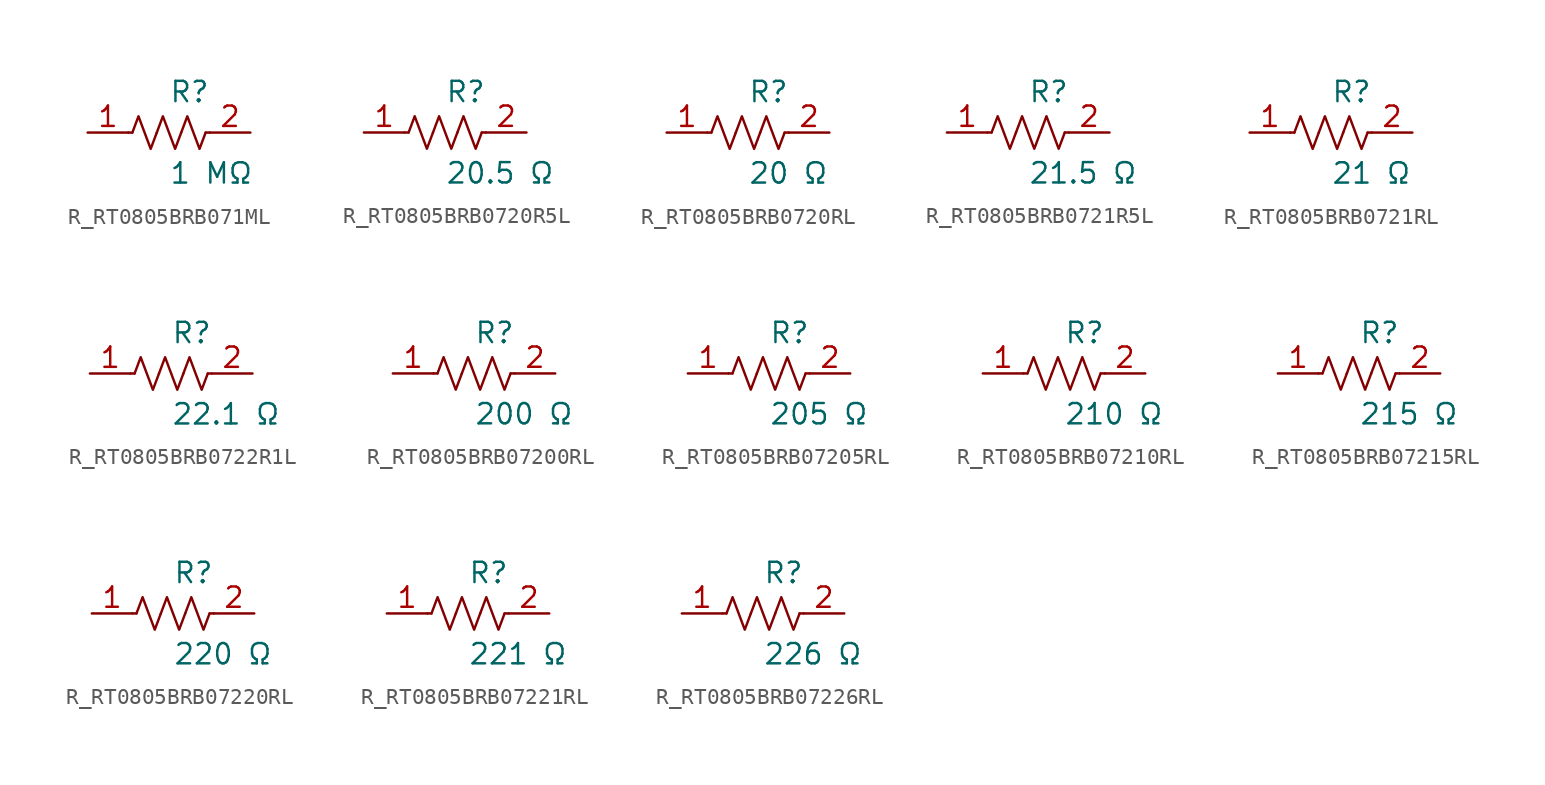
<source format=kicad_sym>
(kicad_symbol_lib
  (version 20231120)
  (generator kicad_symbol_editor)
  (generator_version 8.0)
  (symbol "R_RT0805BRB071ML"
    (pin_names
      (offset 0.254))
    (property "Reference" "R"
      (at 0.0 2.54 0)
      (effects (font (size 1.27 1.27)) (justify left)))
    (property "Value" "1 MΩ"
      (at 0.0 -2.54 0)
      (effects (font (size 1.27 1.27)) (justify left)))
    (symbol "R_RT0805BRB071ML_0_1"
      (polyline (pts (xy 2.286 0) (xy 2.54 0)) (stroke (width 0) (type default)) (fill (type none)))
      (polyline (pts (xy -2.286 0) (xy -2.54 0)) (stroke (width 0) (type default)) (fill (type none)))
      (polyline (pts (xy 0.762 0) (xy 1.143 1.016) (xy 1.524 0) (xy 1.905 -1.016) (xy 2.286 0)) (stroke (width 0) (type default)) (fill (type none)))
      (polyline (pts (xy -0.762 0) (xy -0.381 1.016) (xy 0 0) (xy 0.381 -1.016) (xy 0.762 0)) (stroke (width 0) (type default)) (fill (type none)))
      (polyline (pts (xy -2.286 0) (xy -1.905 1.016) (xy -1.524 0) (xy -1.143 -1.016) (xy -0.762 0)) (stroke (width 0) (type default)) (fill (type none))))
    (pin unspecified line
      (at -5.08 0 0)
      (length 2.54)
      (name "" (effects (font (size 1.27 1.27))))
      (number "1" (effects (font (size 1.27 1.27)))))
    (pin unspecified line
      (at 5.08 0 180)
      (length 2.54)
      (name "" (effects (font (size 1.27 1.27))))
      (number "2" (effects (font (size 1.27 1.27))))))
  (symbol "R_RT0805BRB0720R5L"
    (pin_names
      (offset 0.254))
    (property "Reference" "R"
      (at 0.0 2.54 0)
      (effects (font (size 1.27 1.27)) (justify left)))
    (property "Value" "20.5 Ω"
      (at 0.0 -2.54 0)
      (effects (font (size 1.27 1.27)) (justify left)))
    (symbol "R_RT0805BRB0720R5L_0_1"
      (polyline (pts (xy 2.286 0) (xy 2.54 0)) (stroke (width 0) (type default)) (fill (type none)))
      (polyline (pts (xy -2.286 0) (xy -2.54 0)) (stroke (width 0) (type default)) (fill (type none)))
      (polyline (pts (xy 0.762 0) (xy 1.143 1.016) (xy 1.524 0) (xy 1.905 -1.016) (xy 2.286 0)) (stroke (width 0) (type default)) (fill (type none)))
      (polyline (pts (xy -0.762 0) (xy -0.381 1.016) (xy 0 0) (xy 0.381 -1.016) (xy 0.762 0)) (stroke (width 0) (type default)) (fill (type none)))
      (polyline (pts (xy -2.286 0) (xy -1.905 1.016) (xy -1.524 0) (xy -1.143 -1.016) (xy -0.762 0)) (stroke (width 0) (type default)) (fill (type none))))
    (pin unspecified line
      (at -5.08 0 0)
      (length 2.54)
      (name "" (effects (font (size 1.27 1.27))))
      (number "1" (effects (font (size 1.27 1.27)))))
    (pin unspecified line
      (at 5.08 0 180)
      (length 2.54)
      (name "" (effects (font (size 1.27 1.27))))
      (number "2" (effects (font (size 1.27 1.27))))))
  (symbol "R_RT0805BRB0720RL"
    (pin_names
      (offset 0.254))
    (property "Reference" "R"
      (at 0.0 2.54 0)
      (effects (font (size 1.27 1.27)) (justify left)))
    (property "Value" "20 Ω"
      (at 0.0 -2.54 0)
      (effects (font (size 1.27 1.27)) (justify left)))
    (symbol "R_RT0805BRB0720RL_0_1"
      (polyline (pts (xy 2.286 0) (xy 2.54 0)) (stroke (width 0) (type default)) (fill (type none)))
      (polyline (pts (xy -2.286 0) (xy -2.54 0)) (stroke (width 0) (type default)) (fill (type none)))
      (polyline (pts (xy 0.762 0) (xy 1.143 1.016) (xy 1.524 0) (xy 1.905 -1.016) (xy 2.286 0)) (stroke (width 0) (type default)) (fill (type none)))
      (polyline (pts (xy -0.762 0) (xy -0.381 1.016) (xy 0 0) (xy 0.381 -1.016) (xy 0.762 0)) (stroke (width 0) (type default)) (fill (type none)))
      (polyline (pts (xy -2.286 0) (xy -1.905 1.016) (xy -1.524 0) (xy -1.143 -1.016) (xy -0.762 0)) (stroke (width 0) (type default)) (fill (type none))))
    (pin unspecified line
      (at -5.08 0 0)
      (length 2.54)
      (name "" (effects (font (size 1.27 1.27))))
      (number "1" (effects (font (size 1.27 1.27)))))
    (pin unspecified line
      (at 5.08 0 180)
      (length 2.54)
      (name "" (effects (font (size 1.27 1.27))))
      (number "2" (effects (font (size 1.27 1.27))))))
  (symbol "R_RT0805BRB0721R5L"
    (pin_names
      (offset 0.254))
    (property "Reference" "R"
      (at 0.0 2.54 0)
      (effects (font (size 1.27 1.27)) (justify left)))
    (property "Value" "21.5 Ω"
      (at 0.0 -2.54 0)
      (effects (font (size 1.27 1.27)) (justify left)))
    (symbol "R_RT0805BRB0721R5L_0_1"
      (polyline (pts (xy 2.286 0) (xy 2.54 0)) (stroke (width 0) (type default)) (fill (type none)))
      (polyline (pts (xy -2.286 0) (xy -2.54 0)) (stroke (width 0) (type default)) (fill (type none)))
      (polyline (pts (xy 0.762 0) (xy 1.143 1.016) (xy 1.524 0) (xy 1.905 -1.016) (xy 2.286 0)) (stroke (width 0) (type default)) (fill (type none)))
      (polyline (pts (xy -0.762 0) (xy -0.381 1.016) (xy 0 0) (xy 0.381 -1.016) (xy 0.762 0)) (stroke (width 0) (type default)) (fill (type none)))
      (polyline (pts (xy -2.286 0) (xy -1.905 1.016) (xy -1.524 0) (xy -1.143 -1.016) (xy -0.762 0)) (stroke (width 0) (type default)) (fill (type none))))
    (pin unspecified line
      (at -5.08 0 0)
      (length 2.54)
      (name "" (effects (font (size 1.27 1.27))))
      (number "1" (effects (font (size 1.27 1.27)))))
    (pin unspecified line
      (at 5.08 0 180)
      (length 2.54)
      (name "" (effects (font (size 1.27 1.27))))
      (number "2" (effects (font (size 1.27 1.27))))))
  (symbol "R_RT0805BRB0721RL"
    (pin_names
      (offset 0.254))
    (property "Reference" "R"
      (at 0.0 2.54 0)
      (effects (font (size 1.27 1.27)) (justify left)))
    (property "Value" "21 Ω"
      (at 0.0 -2.54 0)
      (effects (font (size 1.27 1.27)) (justify left)))
    (symbol "R_RT0805BRB0721RL_0_1"
      (polyline (pts (xy 2.286 0) (xy 2.54 0)) (stroke (width 0) (type default)) (fill (type none)))
      (polyline (pts (xy -2.286 0) (xy -2.54 0)) (stroke (width 0) (type default)) (fill (type none)))
      (polyline (pts (xy 0.762 0) (xy 1.143 1.016) (xy 1.524 0) (xy 1.905 -1.016) (xy 2.286 0)) (stroke (width 0) (type default)) (fill (type none)))
      (polyline (pts (xy -0.762 0) (xy -0.381 1.016) (xy 0 0) (xy 0.381 -1.016) (xy 0.762 0)) (stroke (width 0) (type default)) (fill (type none)))
      (polyline (pts (xy -2.286 0) (xy -1.905 1.016) (xy -1.524 0) (xy -1.143 -1.016) (xy -0.762 0)) (stroke (width 0) (type default)) (fill (type none))))
    (pin unspecified line
      (at -5.08 0 0)
      (length 2.54)
      (name "" (effects (font (size 1.27 1.27))))
      (number "1" (effects (font (size 1.27 1.27)))))
    (pin unspecified line
      (at 5.08 0 180)
      (length 2.54)
      (name "" (effects (font (size 1.27 1.27))))
      (number "2" (effects (font (size 1.27 1.27))))))
  (symbol "R_RT0805BRB0722R1L"
    (pin_names
      (offset 0.254))
    (property "Reference" "R"
      (at 0.0 2.54 0)
      (effects (font (size 1.27 1.27)) (justify left)))
    (property "Value" "22.1 Ω"
      (at 0.0 -2.54 0)
      (effects (font (size 1.27 1.27)) (justify left)))
    (symbol "R_RT0805BRB0722R1L_0_1"
      (polyline (pts (xy 2.286 0) (xy 2.54 0)) (stroke (width 0) (type default)) (fill (type none)))
      (polyline (pts (xy -2.286 0) (xy -2.54 0)) (stroke (width 0) (type default)) (fill (type none)))
      (polyline (pts (xy 0.762 0) (xy 1.143 1.016) (xy 1.524 0) (xy 1.905 -1.016) (xy 2.286 0)) (stroke (width 0) (type default)) (fill (type none)))
      (polyline (pts (xy -0.762 0) (xy -0.381 1.016) (xy 0 0) (xy 0.381 -1.016) (xy 0.762 0)) (stroke (width 0) (type default)) (fill (type none)))
      (polyline (pts (xy -2.286 0) (xy -1.905 1.016) (xy -1.524 0) (xy -1.143 -1.016) (xy -0.762 0)) (stroke (width 0) (type default)) (fill (type none))))
    (pin unspecified line
      (at -5.08 0 0)
      (length 2.54)
      (name "" (effects (font (size 1.27 1.27))))
      (number "1" (effects (font (size 1.27 1.27)))))
    (pin unspecified line
      (at 5.08 0 180)
      (length 2.54)
      (name "" (effects (font (size 1.27 1.27))))
      (number "2" (effects (font (size 1.27 1.27))))))
  (symbol "R_RT0805BRB07200RL"
    (pin_names
      (offset 0.254))
    (property "Reference" "R"
      (at 0.0 2.54 0)
      (effects (font (size 1.27 1.27)) (justify left)))
    (property "Value" "200 Ω"
      (at 0.0 -2.54 0)
      (effects (font (size 1.27 1.27)) (justify left)))
    (symbol "R_RT0805BRB07200RL_0_1"
      (polyline (pts (xy 2.286 0) (xy 2.54 0)) (stroke (width 0) (type default)) (fill (type none)))
      (polyline (pts (xy -2.286 0) (xy -2.54 0)) (stroke (width 0) (type default)) (fill (type none)))
      (polyline (pts (xy 0.762 0) (xy 1.143 1.016) (xy 1.524 0) (xy 1.905 -1.016) (xy 2.286 0)) (stroke (width 0) (type default)) (fill (type none)))
      (polyline (pts (xy -0.762 0) (xy -0.381 1.016) (xy 0 0) (xy 0.381 -1.016) (xy 0.762 0)) (stroke (width 0) (type default)) (fill (type none)))
      (polyline (pts (xy -2.286 0) (xy -1.905 1.016) (xy -1.524 0) (xy -1.143 -1.016) (xy -0.762 0)) (stroke (width 0) (type default)) (fill (type none))))
    (pin unspecified line
      (at -5.08 0 0)
      (length 2.54)
      (name "" (effects (font (size 1.27 1.27))))
      (number "1" (effects (font (size 1.27 1.27)))))
    (pin unspecified line
      (at 5.08 0 180)
      (length 2.54)
      (name "" (effects (font (size 1.27 1.27))))
      (number "2" (effects (font (size 1.27 1.27))))))
  (symbol "R_RT0805BRB07205RL"
    (pin_names
      (offset 0.254))
    (property "Reference" "R"
      (at 0.0 2.54 0)
      (effects (font (size 1.27 1.27)) (justify left)))
    (property "Value" "205 Ω"
      (at 0.0 -2.54 0)
      (effects (font (size 1.27 1.27)) (justify left)))
    (symbol "R_RT0805BRB07205RL_0_1"
      (polyline (pts (xy 2.286 0) (xy 2.54 0)) (stroke (width 0) (type default)) (fill (type none)))
      (polyline (pts (xy -2.286 0) (xy -2.54 0)) (stroke (width 0) (type default)) (fill (type none)))
      (polyline (pts (xy 0.762 0) (xy 1.143 1.016) (xy 1.524 0) (xy 1.905 -1.016) (xy 2.286 0)) (stroke (width 0) (type default)) (fill (type none)))
      (polyline (pts (xy -0.762 0) (xy -0.381 1.016) (xy 0 0) (xy 0.381 -1.016) (xy 0.762 0)) (stroke (width 0) (type default)) (fill (type none)))
      (polyline (pts (xy -2.286 0) (xy -1.905 1.016) (xy -1.524 0) (xy -1.143 -1.016) (xy -0.762 0)) (stroke (width 0) (type default)) (fill (type none))))
    (pin unspecified line
      (at -5.08 0 0)
      (length 2.54)
      (name "" (effects (font (size 1.27 1.27))))
      (number "1" (effects (font (size 1.27 1.27)))))
    (pin unspecified line
      (at 5.08 0 180)
      (length 2.54)
      (name "" (effects (font (size 1.27 1.27))))
      (number "2" (effects (font (size 1.27 1.27))))))
  (symbol "R_RT0805BRB07210RL"
    (pin_names
      (offset 0.254))
    (property "Reference" "R"
      (at 0.0 2.54 0)
      (effects (font (size 1.27 1.27)) (justify left)))
    (property "Value" "210 Ω"
      (at 0.0 -2.54 0)
      (effects (font (size 1.27 1.27)) (justify left)))
    (symbol "R_RT0805BRB07210RL_0_1"
      (polyline (pts (xy 2.286 0) (xy 2.54 0)) (stroke (width 0) (type default)) (fill (type none)))
      (polyline (pts (xy -2.286 0) (xy -2.54 0)) (stroke (width 0) (type default)) (fill (type none)))
      (polyline (pts (xy 0.762 0) (xy 1.143 1.016) (xy 1.524 0) (xy 1.905 -1.016) (xy 2.286 0)) (stroke (width 0) (type default)) (fill (type none)))
      (polyline (pts (xy -0.762 0) (xy -0.381 1.016) (xy 0 0) (xy 0.381 -1.016) (xy 0.762 0)) (stroke (width 0) (type default)) (fill (type none)))
      (polyline (pts (xy -2.286 0) (xy -1.905 1.016) (xy -1.524 0) (xy -1.143 -1.016) (xy -0.762 0)) (stroke (width 0) (type default)) (fill (type none))))
    (pin unspecified line
      (at -5.08 0 0)
      (length 2.54)
      (name "" (effects (font (size 1.27 1.27))))
      (number "1" (effects (font (size 1.27 1.27)))))
    (pin unspecified line
      (at 5.08 0 180)
      (length 2.54)
      (name "" (effects (font (size 1.27 1.27))))
      (number "2" (effects (font (size 1.27 1.27))))))
  (symbol "R_RT0805BRB07215RL"
    (pin_names
      (offset 0.254))
    (property "Reference" "R"
      (at 0.0 2.54 0)
      (effects (font (size 1.27 1.27)) (justify left)))
    (property "Value" "215 Ω"
      (at 0.0 -2.54 0)
      (effects (font (size 1.27 1.27)) (justify left)))
    (symbol "R_RT0805BRB07215RL_0_1"
      (polyline (pts (xy 2.286 0) (xy 2.54 0)) (stroke (width 0) (type default)) (fill (type none)))
      (polyline (pts (xy -2.286 0) (xy -2.54 0)) (stroke (width 0) (type default)) (fill (type none)))
      (polyline (pts (xy 0.762 0) (xy 1.143 1.016) (xy 1.524 0) (xy 1.905 -1.016) (xy 2.286 0)) (stroke (width 0) (type default)) (fill (type none)))
      (polyline (pts (xy -0.762 0) (xy -0.381 1.016) (xy 0 0) (xy 0.381 -1.016) (xy 0.762 0)) (stroke (width 0) (type default)) (fill (type none)))
      (polyline (pts (xy -2.286 0) (xy -1.905 1.016) (xy -1.524 0) (xy -1.143 -1.016) (xy -0.762 0)) (stroke (width 0) (type default)) (fill (type none))))
    (pin unspecified line
      (at -5.08 0 0)
      (length 2.54)
      (name "" (effects (font (size 1.27 1.27))))
      (number "1" (effects (font (size 1.27 1.27)))))
    (pin unspecified line
      (at 5.08 0 180)
      (length 2.54)
      (name "" (effects (font (size 1.27 1.27))))
      (number "2" (effects (font (size 1.27 1.27))))))
  (symbol "R_RT0805BRB07220RL"
    (pin_names
      (offset 0.254))
    (property "Reference" "R"
      (at 0.0 2.54 0)
      (effects (font (size 1.27 1.27)) (justify left)))
    (property "Value" "220 Ω"
      (at 0.0 -2.54 0)
      (effects (font (size 1.27 1.27)) (justify left)))
    (symbol "R_RT0805BRB07220RL_0_1"
      (polyline (pts (xy 2.286 0) (xy 2.54 0)) (stroke (width 0) (type default)) (fill (type none)))
      (polyline (pts (xy -2.286 0) (xy -2.54 0)) (stroke (width 0) (type default)) (fill (type none)))
      (polyline (pts (xy 0.762 0) (xy 1.143 1.016) (xy 1.524 0) (xy 1.905 -1.016) (xy 2.286 0)) (stroke (width 0) (type default)) (fill (type none)))
      (polyline (pts (xy -0.762 0) (xy -0.381 1.016) (xy 0 0) (xy 0.381 -1.016) (xy 0.762 0)) (stroke (width 0) (type default)) (fill (type none)))
      (polyline (pts (xy -2.286 0) (xy -1.905 1.016) (xy -1.524 0) (xy -1.143 -1.016) (xy -0.762 0)) (stroke (width 0) (type default)) (fill (type none))))
    (pin unspecified line
      (at -5.08 0 0)
      (length 2.54)
      (name "" (effects (font (size 1.27 1.27))))
      (number "1" (effects (font (size 1.27 1.27)))))
    (pin unspecified line
      (at 5.08 0 180)
      (length 2.54)
      (name "" (effects (font (size 1.27 1.27))))
      (number "2" (effects (font (size 1.27 1.27))))))
  (symbol "R_RT0805BRB07221RL"
    (pin_names
      (offset 0.254))
    (property "Reference" "R"
      (at 0.0 2.54 0)
      (effects (font (size 1.27 1.27)) (justify left)))
    (property "Value" "221 Ω"
      (at 0.0 -2.54 0)
      (effects (font (size 1.27 1.27)) (justify left)))
    (symbol "R_RT0805BRB07221RL_0_1"
      (polyline (pts (xy 2.286 0) (xy 2.54 0)) (stroke (width 0) (type default)) (fill (type none)))
      (polyline (pts (xy -2.286 0) (xy -2.54 0)) (stroke (width 0) (type default)) (fill (type none)))
      (polyline (pts (xy 0.762 0) (xy 1.143 1.016) (xy 1.524 0) (xy 1.905 -1.016) (xy 2.286 0)) (stroke (width 0) (type default)) (fill (type none)))
      (polyline (pts (xy -0.762 0) (xy -0.381 1.016) (xy 0 0) (xy 0.381 -1.016) (xy 0.762 0)) (stroke (width 0) (type default)) (fill (type none)))
      (polyline (pts (xy -2.286 0) (xy -1.905 1.016) (xy -1.524 0) (xy -1.143 -1.016) (xy -0.762 0)) (stroke (width 0) (type default)) (fill (type none))))
    (pin unspecified line
      (at -5.08 0 0)
      (length 2.54)
      (name "" (effects (font (size 1.27 1.27))))
      (number "1" (effects (font (size 1.27 1.27)))))
    (pin unspecified line
      (at 5.08 0 180)
      (length 2.54)
      (name "" (effects (font (size 1.27 1.27))))
      (number "2" (effects (font (size 1.27 1.27))))))
  (symbol "R_RT0805BRB07226RL"
    (pin_names
      (offset 0.254))
    (property "Reference" "R"
      (at 0.0 2.54 0)
      (effects (font (size 1.27 1.27)) (justify left)))
    (property "Value" "226 Ω"
      (at 0.0 -2.54 0)
      (effects (font (size 1.27 1.27)) (justify left)))
    (symbol "R_RT0805BRB07226RL_0_1"
      (polyline (pts (xy 2.286 0) (xy 2.54 0)) (stroke (width 0) (type default)) (fill (type none)))
      (polyline (pts (xy -2.286 0) (xy -2.54 0)) (stroke (width 0) (type default)) (fill (type none)))
      (polyline (pts (xy 0.762 0) (xy 1.143 1.016) (xy 1.524 0) (xy 1.905 -1.016) (xy 2.286 0)) (stroke (width 0) (type default)) (fill (type none)))
      (polyline (pts (xy -0.762 0) (xy -0.381 1.016) (xy 0 0) (xy 0.381 -1.016) (xy 0.762 0)) (stroke (width 0) (type default)) (fill (type none)))
      (polyline (pts (xy -2.286 0) (xy -1.905 1.016) (xy -1.524 0) (xy -1.143 -1.016) (xy -0.762 0)) (stroke (width 0) (type default)) (fill (type none))))
    (pin unspecified line
      (at -5.08 0 0)
      (length 2.54)
      (name "" (effects (font (size 1.27 1.27))))
      (number "1" (effects (font (size 1.27 1.27)))))
    (pin unspecified line
      (at 5.08 0 180)
      (length 2.54)
      (name "" (effects (font (size 1.27 1.27))))
      (number "2" (effects (font (size 1.27 1.27)))))))
</source>
